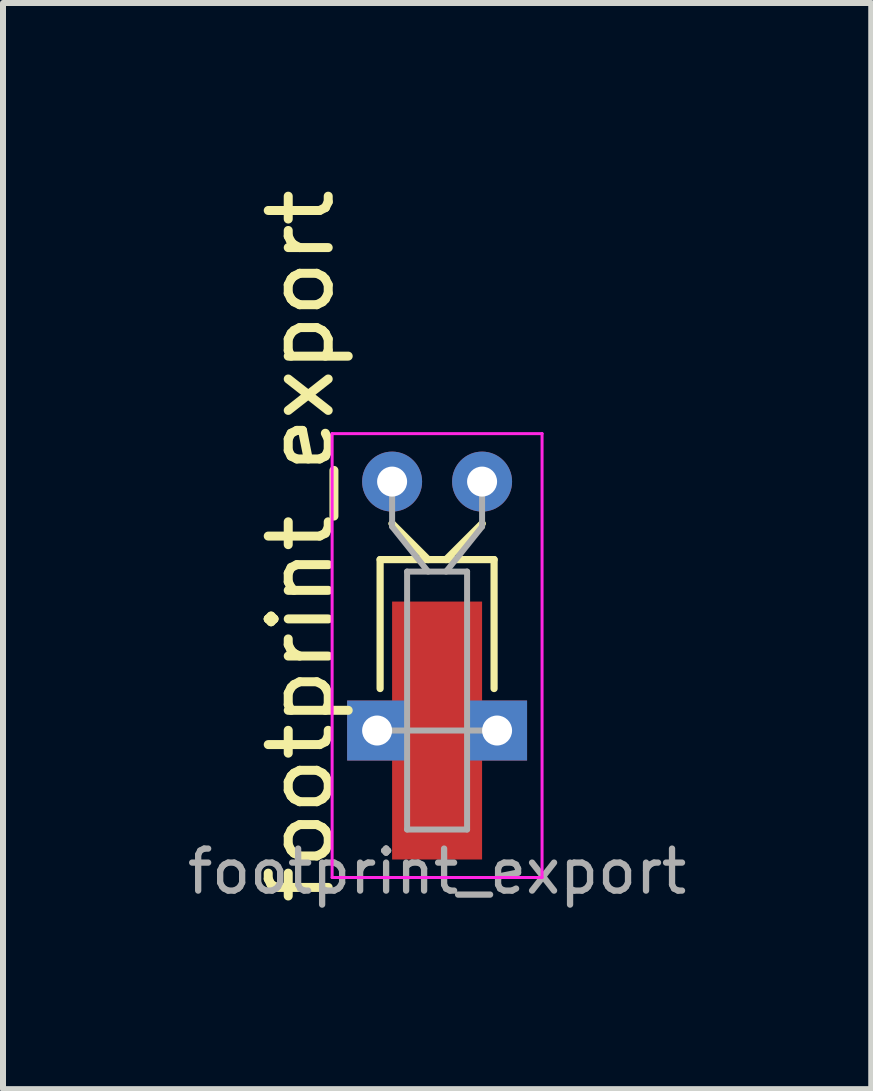
<source format=kicad_pcb>
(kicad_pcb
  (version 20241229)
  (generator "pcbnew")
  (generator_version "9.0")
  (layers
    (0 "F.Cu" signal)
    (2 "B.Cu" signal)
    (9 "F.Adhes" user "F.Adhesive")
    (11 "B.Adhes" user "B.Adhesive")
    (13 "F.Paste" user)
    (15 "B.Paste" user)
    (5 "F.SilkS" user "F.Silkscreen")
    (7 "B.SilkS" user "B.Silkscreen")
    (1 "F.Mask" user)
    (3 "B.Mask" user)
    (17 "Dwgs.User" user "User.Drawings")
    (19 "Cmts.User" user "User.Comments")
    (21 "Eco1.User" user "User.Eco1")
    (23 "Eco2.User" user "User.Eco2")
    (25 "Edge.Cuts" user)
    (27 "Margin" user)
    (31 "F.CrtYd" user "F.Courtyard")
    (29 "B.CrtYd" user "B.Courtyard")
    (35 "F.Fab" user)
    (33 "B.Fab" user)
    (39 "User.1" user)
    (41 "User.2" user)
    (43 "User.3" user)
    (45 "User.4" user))
  (footprint "footprint_export"
    (layer "F.Cu")
    (at 3.487 4.979)
    (property "Reference" "footprint_export" (at -1.52 1.075 90) (layer "F.SilkS") (effects (font (size 1 1) (thickness 0.15))))
    (attr through_hole)
    (fp_line (start -0.2 1.3) (end 1.7 1.3) (stroke (width 0.12) (type solid)) (layer "F.SilkS"))
    (fp_line (start -0.2 3.45) (end -0.2 1.3) (stroke (width 0.12) (type solid)) (layer "F.SilkS"))
    (fp_line (start 0 0.7) (end 0 0.7) (stroke (width 0.12) (type solid)) (layer "F.SilkS"))
    (fp_line (start 0.6 1.3) (end 0 0.7) (stroke (width 0.12) (type solid)) (layer "F.SilkS"))
    (fp_line (start 0.9 1.3) (end 1.5 0.7) (stroke (width 0.12) (type solid)) (layer "F.SilkS"))
    (fp_line (start 1.5 0.7) (end 1.5 0.7) (stroke (width 0.12) (type solid)) (layer "F.SilkS"))
    (fp_line (start 1.7 1.3) (end 1.7 3.45) (stroke (width 0.12) (type solid)) (layer "F.SilkS"))
    (fp_line (start -1 -0.8) (end -1 6.6) (stroke (width 0.05) (type solid)) (layer "F.CrtYd"))
    (fp_line (start -1 6.6) (end 2.5 6.6) (stroke (width 0.05) (type solid)) (layer "F.CrtYd"))
    (fp_line (start 2.5 -0.8) (end -1 -0.8) (stroke (width 0.05) (type solid)) (layer "F.CrtYd"))
    (fp_line (start 2.5 6.6) (end 2.5 -0.8) (stroke (width 0.05) (type solid)) (layer "F.CrtYd"))
    (fp_line (start -0.25 4.15) (end 1.75 4.15) (stroke (width 0.1) (type solid)) (layer "F.Fab"))
    (fp_line (start 0 0.75) (end 0 0) (stroke (width 0.1) (type solid)) (layer "F.Fab"))
    (fp_line (start 0.25 1.5) (end 0.25 5.8) (stroke (width 0.1) (type solid)) (layer "F.Fab"))
    (fp_line (start 0.25 5.8) (end 1.25 5.8) (stroke (width 0.1) (type solid)) (layer "F.Fab"))
    (fp_line (start 0.6 1.5) (end 0 0.75) (stroke (width 0.1) (type solid)) (layer "F.Fab"))
    (fp_line (start 0.9 1.5) (end 1.5 0.75) (stroke (width 0.1) (type solid)) (layer "F.Fab"))
    (fp_line (start 1.25 1.5) (end 0.25 1.5) (stroke (width 0.1) (type solid)) (layer "F.Fab"))
    (fp_line (start 1.25 5.8) (end 1.25 1.5) (stroke (width 0.1) (type solid)) (layer "F.Fab"))
    (fp_line (start 1.5 0.75) (end 1.5 0) (stroke (width 0.1) (type solid)) (layer "F.Fab"))
    (fp_text user "${REFERENCE}" (at 0.75 6.5 180) (layer "F.Fab") (effects (font (size 0.7 0.7) (thickness 0.105))))
    (pad "1" thru_hole circle (at 0 0) (size 1 1) (drill 0.5) (layers "*.Cu" "*.Mask"))
    (pad "2" thru_hole circle (at 1.5 0) (size 1 1) (drill 0.5) (layers "*.Cu" "*.Mask"))
    (pad "3" thru_hole rect (at -0.25 4.15) (size 1 1) (drill 0.5) (layers "*.Cu" "*.Mask"))
    (pad "3" smd rect (at 0.75 4.15) (size 1.5 4.3) (layers "F.Cu" "F.Mask" "F.Paste"))
    (pad "3" thru_hole rect (at 1.75 4.15) (size 1 1) (drill 0.5) (layers "*.Cu" "*.Mask")))
  (gr_rect
    (start -3 -3)
    (end 11.475 15.107)
    (stroke (width 0.1) (type default))
    (fill no)
    (layer "Edge.Cuts")))
</source>
